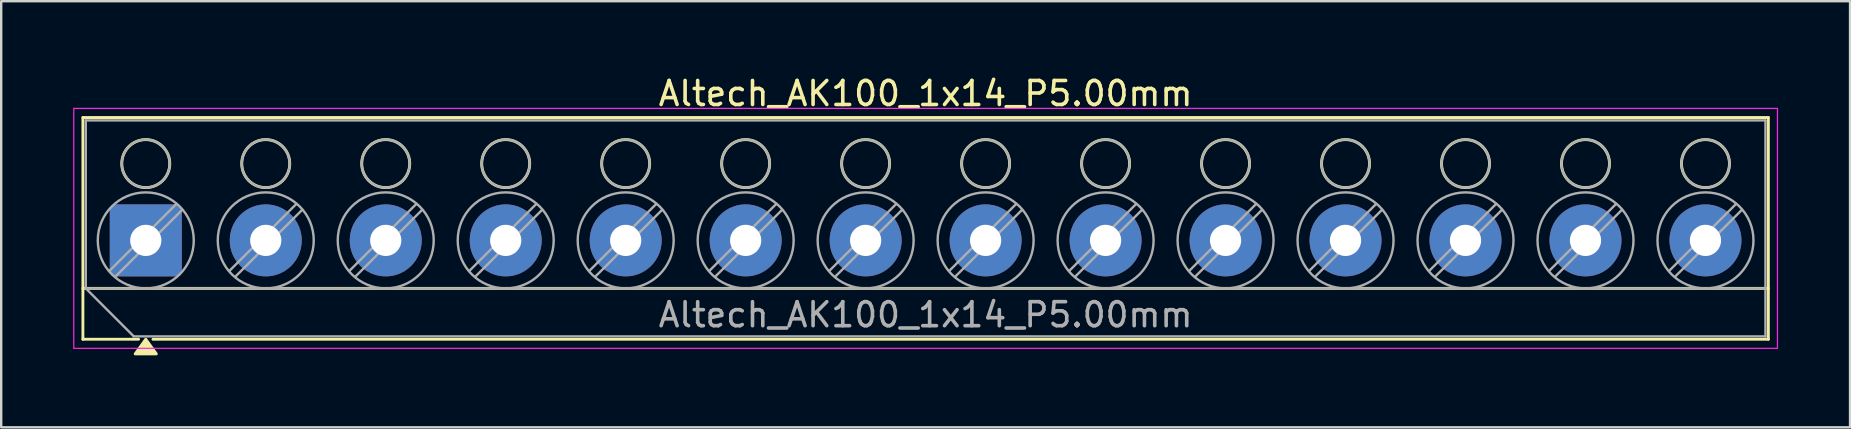
<source format=kicad_pcb>
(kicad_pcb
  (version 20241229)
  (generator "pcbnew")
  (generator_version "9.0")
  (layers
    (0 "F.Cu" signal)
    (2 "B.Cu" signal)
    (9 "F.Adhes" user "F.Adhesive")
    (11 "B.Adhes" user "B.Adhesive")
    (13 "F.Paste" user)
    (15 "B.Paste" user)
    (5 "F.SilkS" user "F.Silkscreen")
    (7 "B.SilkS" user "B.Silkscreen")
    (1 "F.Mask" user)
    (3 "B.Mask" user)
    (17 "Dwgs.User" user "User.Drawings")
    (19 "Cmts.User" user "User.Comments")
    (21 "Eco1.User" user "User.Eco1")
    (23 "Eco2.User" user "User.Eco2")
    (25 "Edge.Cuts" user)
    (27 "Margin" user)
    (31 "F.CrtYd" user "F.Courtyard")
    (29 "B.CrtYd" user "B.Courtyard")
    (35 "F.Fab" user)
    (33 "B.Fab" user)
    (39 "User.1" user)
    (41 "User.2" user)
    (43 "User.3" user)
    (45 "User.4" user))
  (footprint "Altech_AK100_1x14_P5.00mm"
    (layer "F.Cu")
    (at 3.025 6.968)
    (property "Reference" "Altech_AK100_1x14_P5.00mm" (at 32.5 -6.12 0) (layer "F.SilkS") (effects (font (size 1 1) (thickness 0.15))))
    (attr through_hole)
    (fp_line (start -2.62 -5.12) (end 67.62 -5.12) (stroke (width 0.12) (type solid)) (layer "F.SilkS"))
    (fp_line (start -2.62 2) (end 67.62 2) (stroke (width 0.12) (type solid)) (layer "F.SilkS"))
    (fp_line (start -2.62 4.12) (end -2.62 -5.12) (stroke (width 0.12) (type solid)) (layer "F.SilkS"))
    (fp_line (start -0.3 4.12) (end -2.62 4.12) (stroke (width 0.12) (type solid)) (layer "F.SilkS"))
    (fp_line (start 67.62 -5.12) (end 67.62 4.12) (stroke (width 0.12) (type solid)) (layer "F.SilkS"))
    (fp_line (start 67.62 4.12) (end 0.3 4.12) (stroke (width 0.12) (type solid)) (layer "F.SilkS"))
    (fp_circle (center 0 -3.2) (end 1 -3.2) (stroke (width 0.12) (type solid)) (fill no) (layer "F.SilkS"))
    (fp_circle (center 5 -3.2) (end 6 -3.2) (stroke (width 0.12) (type solid)) (fill no) (layer "F.SilkS"))
    (fp_circle (center 10 -3.2) (end 11 -3.2) (stroke (width 0.12) (type solid)) (fill no) (layer "F.SilkS"))
    (fp_circle (center 15 -3.2) (end 16 -3.2) (stroke (width 0.12) (type solid)) (fill no) (layer "F.SilkS"))
    (fp_circle (center 20 -3.2) (end 21 -3.2) (stroke (width 0.12) (type solid)) (fill no) (layer "F.SilkS"))
    (fp_circle (center 25 -3.2) (end 26 -3.2) (stroke (width 0.12) (type solid)) (fill no) (layer "F.SilkS"))
    (fp_circle (center 30 -3.2) (end 31 -3.2) (stroke (width 0.12) (type solid)) (fill no) (layer "F.SilkS"))
    (fp_circle (center 35 -3.2) (end 36 -3.2) (stroke (width 0.12) (type solid)) (fill no) (layer "F.SilkS"))
    (fp_circle (center 40 -3.2) (end 41 -3.2) (stroke (width 0.12) (type solid)) (fill no) (layer "F.SilkS"))
    (fp_circle (center 45 -3.2) (end 46 -3.2) (stroke (width 0.12) (type solid)) (fill no) (layer "F.SilkS"))
    (fp_circle (center 50 -3.2) (end 51 -3.2) (stroke (width 0.12) (type solid)) (fill no) (layer "F.SilkS"))
    (fp_circle (center 55 -3.2) (end 56 -3.2) (stroke (width 0.12) (type solid)) (fill no) (layer "F.SilkS"))
    (fp_circle (center 60 -3.2) (end 61 -3.2) (stroke (width 0.12) (type solid)) (fill no) (layer "F.SilkS"))
    (fp_circle (center 65 -3.2) (end 66 -3.2) (stroke (width 0.12) (type solid)) (fill no) (layer "F.SilkS"))
    (fp_poly (pts (xy 0 4.12) (xy 0.44 4.73) (xy -0.44 4.73)) (stroke (width 0.12) (type solid)) (fill yes) (layer "F.SilkS"))
    (fp_line (start -3 -5.5) (end -3 4.5) (stroke (width 0.05) (type solid)) (layer "F.CrtYd"))
    (fp_line (start -3 4.5) (end 68 4.5) (stroke (width 0.05) (type solid)) (layer "F.CrtYd"))
    (fp_line (start 68 -5.5) (end -3 -5.5) (stroke (width 0.05) (type solid)) (layer "F.CrtYd"))
    (fp_line (start 68 4.5) (end 68 -5.5) (stroke (width 0.05) (type solid)) (layer "F.CrtYd"))
    (fp_line (start -2.5 -5) (end 67.5 -5) (stroke (width 0.1) (type solid)) (layer "F.Fab"))
    (fp_line (start -2.5 2) (end -2.5 -5) (stroke (width 0.1) (type solid)) (layer "F.Fab"))
    (fp_line (start -2.5 2) (end 67.5 2) (stroke (width 0.1) (type solid)) (layer "F.Fab"))
    (fp_line (start -0.5 4) (end -2.5 2) (stroke (width 0.1) (type solid)) (layer "F.Fab"))
    (fp_line (start 1.273 -1.517) (end -1.517 1.273) (stroke (width 0.1) (type solid)) (layer "F.Fab"))
    (fp_line (start 1.517 -1.273) (end -1.273 1.517) (stroke (width 0.1) (type solid)) (layer "F.Fab"))
    (fp_line (start 6.273 -1.517) (end 3.483 1.273) (stroke (width 0.1) (type solid)) (layer "F.Fab"))
    (fp_line (start 6.517 -1.273) (end 3.727 1.517) (stroke (width 0.1) (type solid)) (layer "F.Fab"))
    (fp_line (start 11.273 -1.517) (end 8.483 1.273) (stroke (width 0.1) (type solid)) (layer "F.Fab"))
    (fp_line (start 11.517 -1.273) (end 8.727 1.517) (stroke (width 0.1) (type solid)) (layer "F.Fab"))
    (fp_line (start 16.273 -1.517) (end 13.483 1.273) (stroke (width 0.1) (type solid)) (layer "F.Fab"))
    (fp_line (start 16.517 -1.273) (end 13.727 1.517) (stroke (width 0.1) (type solid)) (layer "F.Fab"))
    (fp_line (start 21.273 -1.517) (end 18.483 1.273) (stroke (width 0.1) (type solid)) (layer "F.Fab"))
    (fp_line (start 21.517 -1.273) (end 18.727 1.517) (stroke (width 0.1) (type solid)) (layer "F.Fab"))
    (fp_line (start 26.273 -1.517) (end 23.483 1.273) (stroke (width 0.1) (type solid)) (layer "F.Fab"))
    (fp_line (start 26.517 -1.273) (end 23.727 1.517) (stroke (width 0.1) (type solid)) (layer "F.Fab"))
    (fp_line (start 31.273 -1.517) (end 28.483 1.273) (stroke (width 0.1) (type solid)) (layer "F.Fab"))
    (fp_line (start 31.517 -1.273) (end 28.727 1.517) (stroke (width 0.1) (type solid)) (layer "F.Fab"))
    (fp_line (start 36.273 -1.517) (end 33.483 1.273) (stroke (width 0.1) (type solid)) (layer "F.Fab"))
    (fp_line (start 36.517 -1.273) (end 33.727 1.517) (stroke (width 0.1) (type solid)) (layer "F.Fab"))
    (fp_line (start 41.273 -1.517) (end 38.483 1.273) (stroke (width 0.1) (type solid)) (layer "F.Fab"))
    (fp_line (start 41.517 -1.273) (end 38.727 1.517) (stroke (width 0.1) (type solid)) (layer "F.Fab"))
    (fp_line (start 46.273 -1.517) (end 43.483 1.273) (stroke (width 0.1) (type solid)) (layer "F.Fab"))
    (fp_line (start 46.517 -1.273) (end 43.727 1.517) (stroke (width 0.1) (type solid)) (layer "F.Fab"))
    (fp_line (start 51.273 -1.517) (end 48.483 1.273) (stroke (width 0.1) (type solid)) (layer "F.Fab"))
    (fp_line (start 51.517 -1.273) (end 48.727 1.517) (stroke (width 0.1) (type solid)) (layer "F.Fab"))
    (fp_line (start 56.273 -1.517) (end 53.483 1.273) (stroke (width 0.1) (type solid)) (layer "F.Fab"))
    (fp_line (start 56.517 -1.273) (end 53.727 1.517) (stroke (width 0.1) (type solid)) (layer "F.Fab"))
    (fp_line (start 61.273 -1.517) (end 58.483 1.273) (stroke (width 0.1) (type solid)) (layer "F.Fab"))
    (fp_line (start 61.517 -1.273) (end 58.727 1.517) (stroke (width 0.1) (type solid)) (layer "F.Fab"))
    (fp_line (start 66.273 -1.517) (end 63.483 1.273) (stroke (width 0.1) (type solid)) (layer "F.Fab"))
    (fp_line (start 66.517 -1.273) (end 63.727 1.517) (stroke (width 0.1) (type solid)) (layer "F.Fab"))
    (fp_line (start 67.5 -5) (end 67.5 4) (stroke (width 0.1) (type solid)) (layer "F.Fab"))
    (fp_line (start 67.5 4) (end -0.5 4) (stroke (width 0.1) (type solid)) (layer "F.Fab"))
    (fp_circle (center 0 -3.2) (end 1 -3.2) (stroke (width 0.1) (type solid)) (fill no) (layer "F.Fab"))
    (fp_circle (center 0 0) (end 2 0) (stroke (width 0.1) (type solid)) (fill no) (layer "F.Fab"))
    (fp_circle (center 5 -3.2) (end 6 -3.2) (stroke (width 0.1) (type solid)) (fill no) (layer "F.Fab"))
    (fp_circle (center 5 0) (end 7 0) (stroke (width 0.1) (type solid)) (fill no) (layer "F.Fab"))
    (fp_circle (center 10 -3.2) (end 11 -3.2) (stroke (width 0.1) (type solid)) (fill no) (layer "F.Fab"))
    (fp_circle (center 10 0) (end 12 0) (stroke (width 0.1) (type solid)) (fill no) (layer "F.Fab"))
    (fp_circle (center 15 -3.2) (end 16 -3.2) (stroke (width 0.1) (type solid)) (fill no) (layer "F.Fab"))
    (fp_circle (center 15 0) (end 17 0) (stroke (width 0.1) (type solid)) (fill no) (layer "F.Fab"))
    (fp_circle (center 20 -3.2) (end 21 -3.2) (stroke (width 0.1) (type solid)) (fill no) (layer "F.Fab"))
    (fp_circle (center 20 0) (end 22 0) (stroke (width 0.1) (type solid)) (fill no) (layer "F.Fab"))
    (fp_circle (center 25 -3.2) (end 26 -3.2) (stroke (width 0.1) (type solid)) (fill no) (layer "F.Fab"))
    (fp_circle (center 25 0) (end 27 0) (stroke (width 0.1) (type solid)) (fill no) (layer "F.Fab"))
    (fp_circle (center 30 -3.2) (end 31 -3.2) (stroke (width 0.1) (type solid)) (fill no) (layer "F.Fab"))
    (fp_circle (center 30 0) (end 32 0) (stroke (width 0.1) (type solid)) (fill no) (layer "F.Fab"))
    (fp_circle (center 35 -3.2) (end 36 -3.2) (stroke (width 0.1) (type solid)) (fill no) (layer "F.Fab"))
    (fp_circle (center 35 0) (end 37 0) (stroke (width 0.1) (type solid)) (fill no) (layer "F.Fab"))
    (fp_circle (center 40 -3.2) (end 41 -3.2) (stroke (width 0.1) (type solid)) (fill no) (layer "F.Fab"))
    (fp_circle (center 40 0) (end 42 0) (stroke (width 0.1) (type solid)) (fill no) (layer "F.Fab"))
    (fp_circle (center 45 -3.2) (end 46 -3.2) (stroke (width 0.1) (type solid)) (fill no) (layer "F.Fab"))
    (fp_circle (center 45 0) (end 47 0) (stroke (width 0.1) (type solid)) (fill no) (layer "F.Fab"))
    (fp_circle (center 50 -3.2) (end 51 -3.2) (stroke (width 0.1) (type solid)) (fill no) (layer "F.Fab"))
    (fp_circle (center 50 0) (end 52 0) (stroke (width 0.1) (type solid)) (fill no) (layer "F.Fab"))
    (fp_circle (center 55 -3.2) (end 56 -3.2) (stroke (width 0.1) (type solid)) (fill no) (layer "F.Fab"))
    (fp_circle (center 55 0) (end 57 0) (stroke (width 0.1) (type solid)) (fill no) (layer "F.Fab"))
    (fp_circle (center 60 -3.2) (end 61 -3.2) (stroke (width 0.1) (type solid)) (fill no) (layer "F.Fab"))
    (fp_circle (center 60 0) (end 62 0) (stroke (width 0.1) (type solid)) (fill no) (layer "F.Fab"))
    (fp_circle (center 65 -3.2) (end 66 -3.2) (stroke (width 0.1) (type solid)) (fill no) (layer "F.Fab"))
    (fp_circle (center 65 0) (end 67 0) (stroke (width 0.1) (type solid)) (fill no) (layer "F.Fab"))
    (fp_text user "${REFERENCE}" (at 32.5 3.1 0) (layer "F.Fab") (effects (font (size 1 1) (thickness 0.15))))
    (pad "1" thru_hole roundrect (at 0 0) (size 3 3) (drill 1.3) (layers "*.Cu" "*.Mask") (roundrect_rratio 0.083))
    (pad "2" thru_hole circle (at 5 0) (size 3 3) (drill 1.3) (layers "*.Cu" "*.Mask"))
    (pad "3" thru_hole circle (at 10 0) (size 3 3) (drill 1.3) (layers "*.Cu" "*.Mask"))
    (pad "4" thru_hole circle (at 15 0) (size 3 3) (drill 1.3) (layers "*.Cu" "*.Mask"))
    (pad "5" thru_hole circle (at 20 0) (size 3 3) (drill 1.3) (layers "*.Cu" "*.Mask"))
    (pad "6" thru_hole circle (at 25 0) (size 3 3) (drill 1.3) (layers "*.Cu" "*.Mask"))
    (pad "7" thru_hole circle (at 30 0) (size 3 3) (drill 1.3) (layers "*.Cu" "*.Mask"))
    (pad "8" thru_hole circle (at 35 0) (size 3 3) (drill 1.3) (layers "*.Cu" "*.Mask"))
    (pad "9" thru_hole circle (at 40 0) (size 3 3) (drill 1.3) (layers "*.Cu" "*.Mask"))
    (pad "10" thru_hole circle (at 45 0) (size 3 3) (drill 1.3) (layers "*.Cu" "*.Mask"))
    (pad "11" thru_hole circle (at 50 0) (size 3 3) (drill 1.3) (layers "*.Cu" "*.Mask"))
    (pad "12" thru_hole circle (at 55 0) (size 3 3) (drill 1.3) (layers "*.Cu" "*.Mask"))
    (pad "13" thru_hole circle (at 60 0) (size 3 3) (drill 1.3) (layers "*.Cu" "*.Mask"))
    (pad "14" thru_hole circle (at 65 0) (size 3 3) (drill 1.3) (layers "*.Cu" "*.Mask")))
  (gr_rect
    (start -3 -3)
    (end 74.05 14.758)
    (stroke (width 0.1) (type default))
    (fill no)
    (layer "Edge.Cuts")))
</source>
